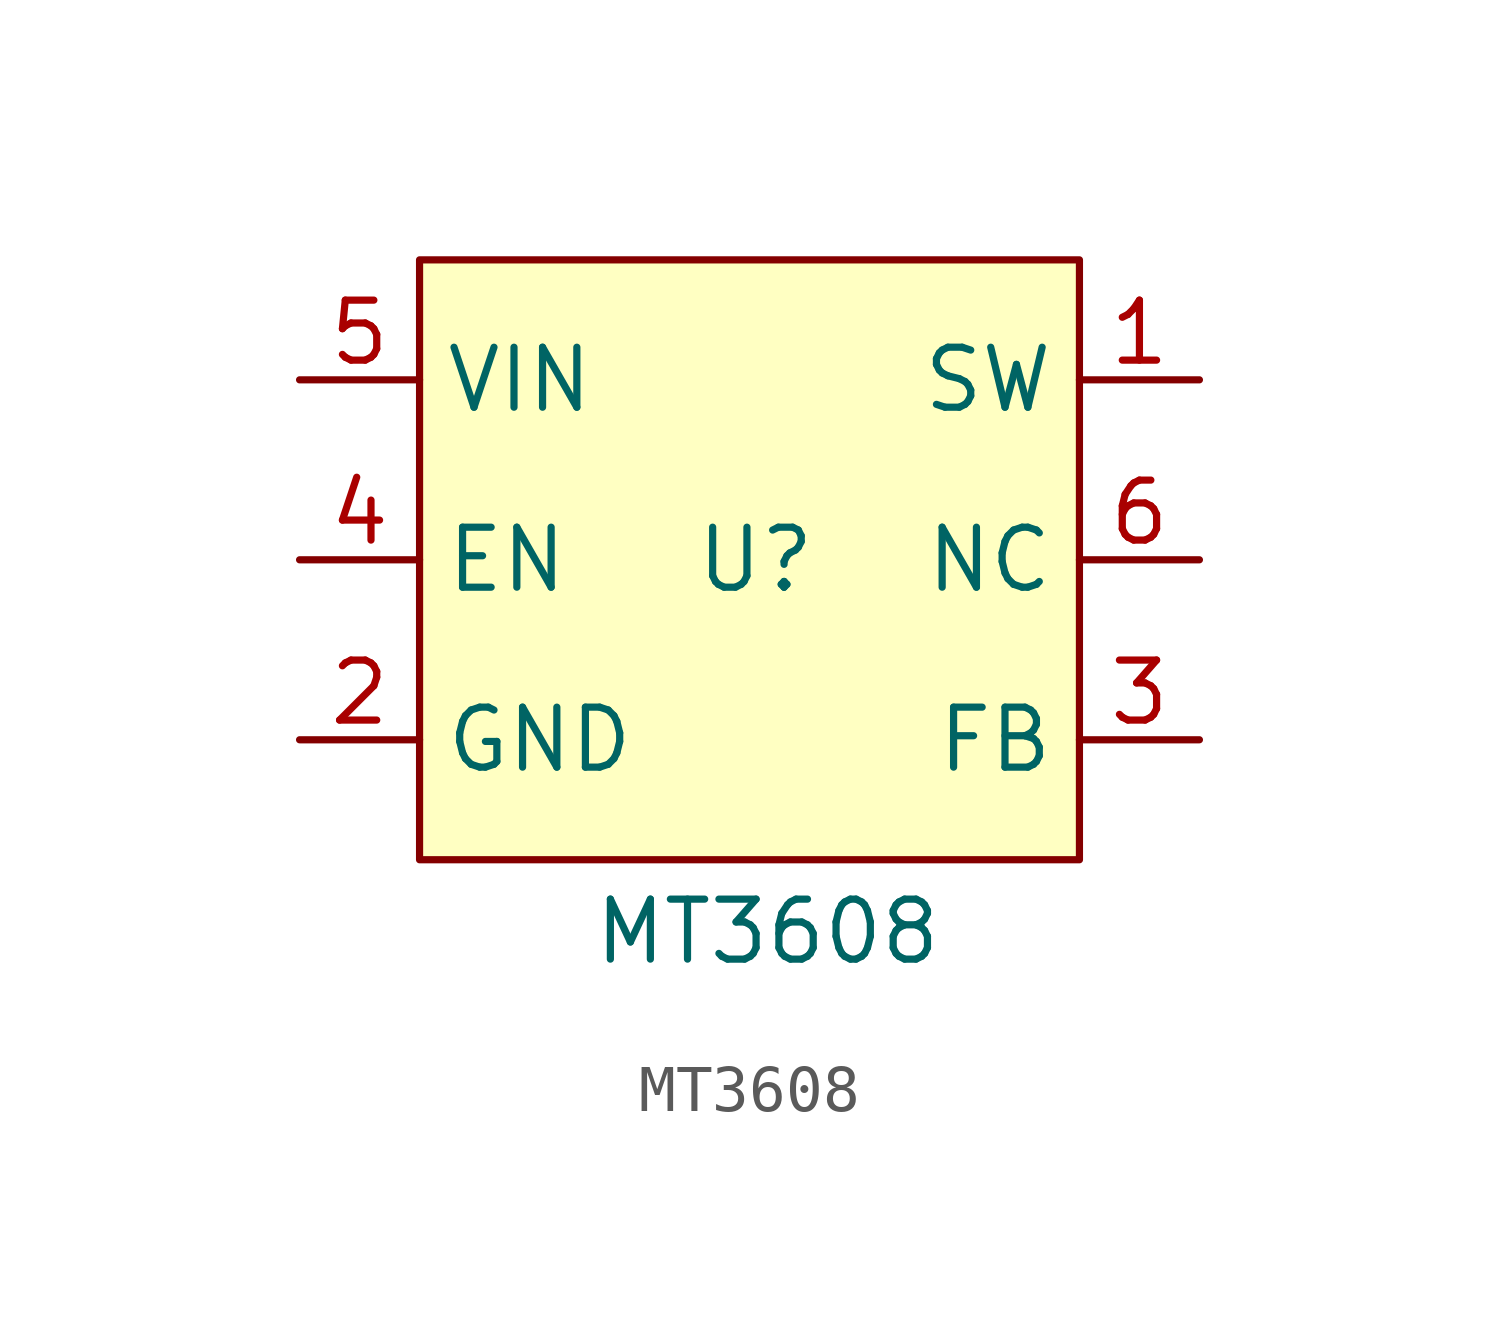
<source format=kicad_sym>
(kicad_symbol_lib
  (version 20231120)
  (generator "kicad_symbol_editor")
  (generator_version "8.0")
  (symbol "MT3608"
    (property "Reference" "U"
      (at -0.508 12.7 0)
      (effects (font (size 1.27 1.27))))
    (property "Value" "MT3608"
      (at -0.254 4.826 0)
      (effects (font (size 1.27 1.27))))
    (symbol "MT3608_1_1"
      (rectangle (start -7.62 19.05) (end 6.35 6.35) (stroke (width 0) (type default)) (fill (type background)))
      (pin passive line (at 8.89 16.51 180) (length 2.54) (name "SW" (effects (font (size 1.27 1.27)))) (number "1" (effects (font (size 1.27 1.27)))))
      (pin passive line (at -10.16 8.89 0) (length 2.54) (name "GND" (effects (font (size 1.27 1.27)))) (number "2" (effects (font (size 1.27 1.27)))))
      (pin passive line (at 8.89 8.89 180) (length 2.54) (name "FB" (effects (font (size 1.27 1.27)))) (number "3" (effects (font (size 1.27 1.27)))))
      (pin passive line (at -10.16 12.7 0) (length 2.54) (name "EN" (effects (font (size 1.27 1.27)))) (number "4" (effects (font (size 1.27 1.27)))))
      (pin passive line (at -10.16 16.51 0) (length 2.54) (name "VIN" (effects (font (size 1.27 1.27)))) (number "5" (effects (font (size 1.27 1.27)))))
      (pin passive line (at 8.89 12.7 180) (length 2.54) (name "NC" (effects (font (size 1.27 1.27)))) (number "6" (effects (font (size 1.27 1.27))))))))
</source>
